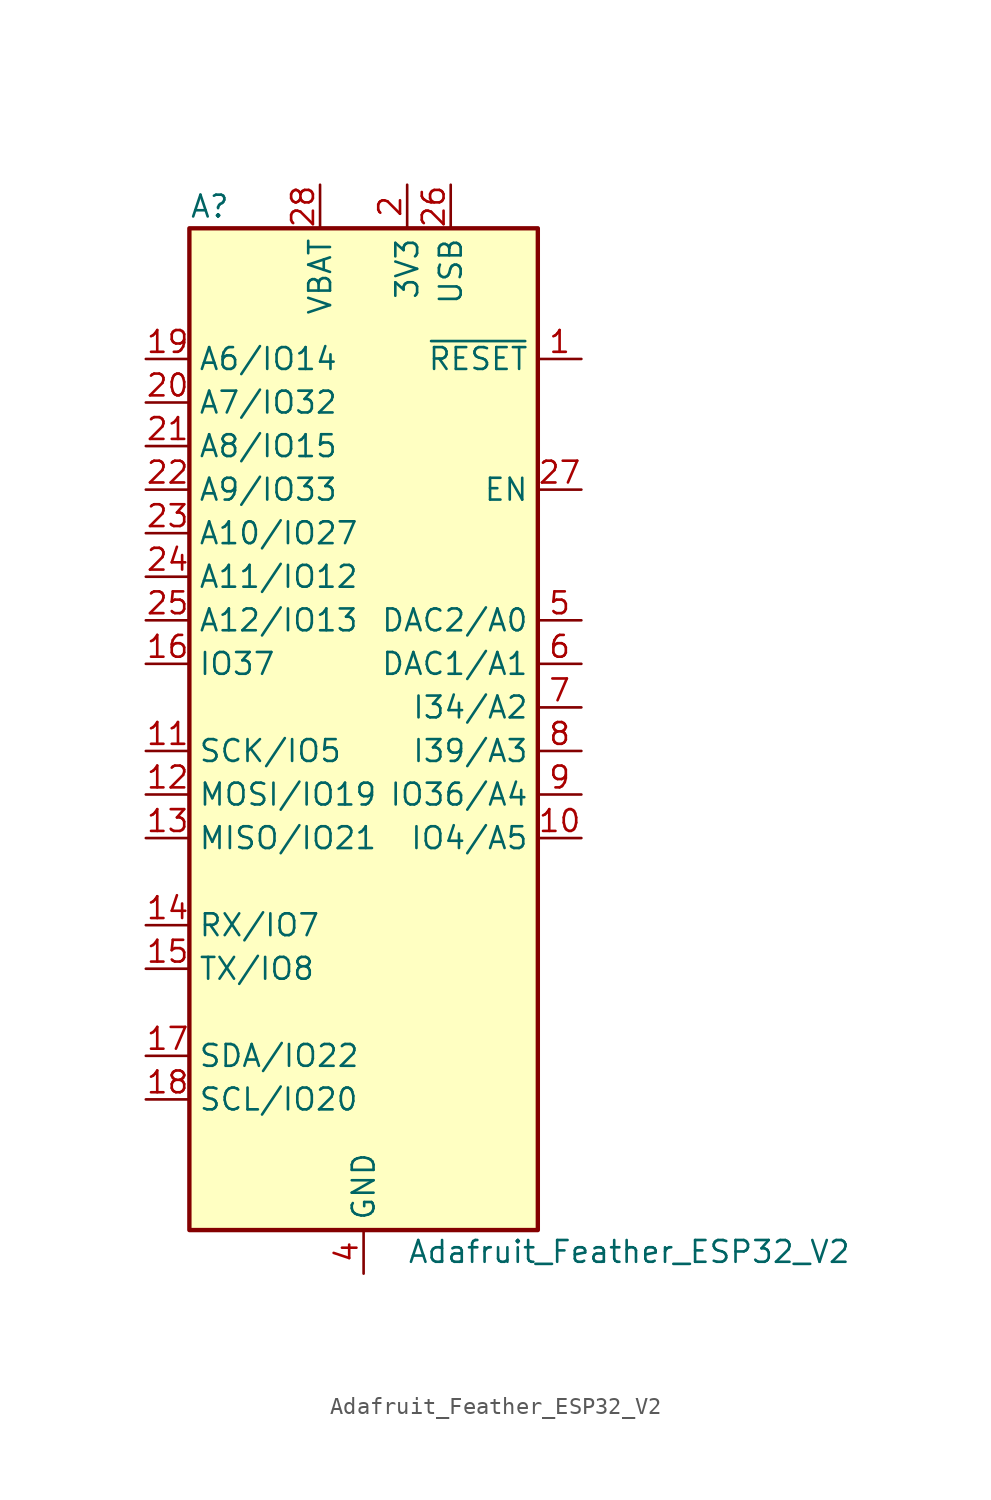
<source format=kicad_sym>
(kicad_symbol_lib
  (version 20211014)
  (generator kicad_symbol_editor)
  (symbol "Adafruit_Feather_ESP32_V2"
    (property "Reference" "A"
      (at -10.16 29.21 0)
      (effects (font (size 1.27 1.27)) (justify left)))
    (property "Value" "Adafruit_Feather_ESP32_V2"
      (at 2.54 -31.75 0)
      (effects (font (size 1.27 1.27)) (justify left)))
    (symbol "Adafruit_Feather_ESP32_V2_0_1"
      (rectangle (start -10.16 27.94) (end 10.16 -30.48) (stroke (width 0.254) (type default) (color 0 0 0 0)) (fill (type background))))
    (symbol "Adafruit_Feather_ESP32_V2_1_1"
      (pin input line (at 12.7 20.32 180) (length 2.54) (name "~{RESET}" (effects (font (size 1.27 1.27)))) (number "1" (effects (font (size 1.27 1.27)))))
      (pin bidirectional line (at 12.7 -7.62 180) (length 2.54) (name "IO4/A5" (effects (font (size 1.27 1.27)))) (number "10" (effects (font (size 1.27 1.27)))))
      (pin bidirectional line (at -12.7 -2.54 0) (length 2.54) (name "SCK/IO5" (effects (font (size 1.27 1.27)))) (number "11" (effects (font (size 1.27 1.27)))))
      (pin bidirectional line (at -12.7 -5.08 0) (length 2.54) (name "MOSI/IO19" (effects (font (size 1.27 1.27)))) (number "12" (effects (font (size 1.27 1.27)))))
      (pin bidirectional line (at -12.7 -7.62 0) (length 2.54) (name "MISO/IO21" (effects (font (size 1.27 1.27)))) (number "13" (effects (font (size 1.27 1.27)))))
      (pin bidirectional line (at -12.7 -12.7 0) (length 2.54) (name "RX/IO7" (effects (font (size 1.27 1.27)))) (number "14" (effects (font (size 1.27 1.27)))))
      (pin bidirectional line (at -12.7 -15.24 0) (length 2.54) (name "TX/IO8" (effects (font (size 1.27 1.27)))) (number "15" (effects (font (size 1.27 1.27)))))
      (pin bidirectional line (at -12.7 2.54 0) (length 2.54) (name "IO37" (effects (font (size 1.27 1.27)))) (number "16" (effects (font (size 1.27 1.27)))))
      (pin bidirectional line (at -12.7 -20.32 0) (length 2.54) (name "SDA/IO22" (effects (font (size 1.27 1.27)))) (number "17" (effects (font (size 1.27 1.27)))))
      (pin bidirectional line (at -12.7 -22.86 0) (length 2.54) (name "SCL/IO20" (effects (font (size 1.27 1.27)))) (number "18" (effects (font (size 1.27 1.27)))))
      (pin bidirectional line (at -12.7 20.32 0) (length 2.54) (name "A6/IO14" (effects (font (size 1.27 1.27)))) (number "19" (effects (font (size 1.27 1.27)))))
      (pin power_in line (at 2.54 30.48 270) (length 2.54) (name "3V3" (effects (font (size 1.27 1.27)))) (number "2" (effects (font (size 1.27 1.27)))))
      (pin bidirectional line (at -12.7 17.78 0) (length 2.54) (name "A7/IO32" (effects (font (size 1.27 1.27)))) (number "20" (effects (font (size 1.27 1.27)))))
      (pin bidirectional line (at -12.7 15.24 0) (length 2.54) (name "A8/IO15" (effects (font (size 1.27 1.27)))) (number "21" (effects (font (size 1.27 1.27)))))
      (pin bidirectional line (at -12.7 12.7 0) (length 2.54) (name "A9/IO33" (effects (font (size 1.27 1.27)))) (number "22" (effects (font (size 1.27 1.27)))))
      (pin bidirectional line (at -12.7 10.16 0) (length 2.54) (name "A10/IO27" (effects (font (size 1.27 1.27)))) (number "23" (effects (font (size 1.27 1.27)))))
      (pin bidirectional line (at -12.7 7.62 0) (length 2.54) (name "A11/IO12" (effects (font (size 1.27 1.27)))) (number "24" (effects (font (size 1.27 1.27)))))
      (pin bidirectional line (at -12.7 5.08 0) (length 2.54) (name "A12/IO13" (effects (font (size 1.27 1.27)))) (number "25" (effects (font (size 1.27 1.27)))))
      (pin power_in line (at 5.08 30.48 270) (length 2.54) (name "USB" (effects (font (size 1.27 1.27)))) (number "26" (effects (font (size 1.27 1.27)))))
      (pin input line (at 12.7 12.7 180) (length 2.54) (name "EN" (effects (font (size 1.27 1.27)))) (number "27" (effects (font (size 1.27 1.27)))))
      (pin power_in line (at -2.54 30.48 270) (length 2.54) (name "VBAT" (effects (font (size 1.27 1.27)))) (number "28" (effects (font (size 1.27 1.27)))))
      (pin no_connect line (at 10.16 10.16 180) (length 2.54) hide (name "NC" (effects (font (size 1.27 1.27)))) (number "3" (effects (font (size 1.27 1.27)))))
      (pin power_in line (at 0 -33.02 90) (length 2.54) (name "GND" (effects (font (size 1.27 1.27)))) (number "4" (effects (font (size 1.27 1.27)))))
      (pin bidirectional line (at 12.7 5.08 180) (length 2.54) (name "DAC2/A0" (effects (font (size 1.27 1.27)))) (number "5" (effects (font (size 1.27 1.27)))))
      (pin bidirectional line (at 12.7 2.54 180) (length 2.54) (name "DAC1/A1" (effects (font (size 1.27 1.27)))) (number "6" (effects (font (size 1.27 1.27)))))
      (pin bidirectional line (at 12.7 0 180) (length 2.54) (name "I34/A2" (effects (font (size 1.27 1.27)))) (number "7" (effects (font (size 1.27 1.27)))))
      (pin bidirectional line (at 12.7 -2.54 180) (length 2.54) (name "I39/A3" (effects (font (size 1.27 1.27)))) (number "8" (effects (font (size 1.27 1.27)))))
      (pin bidirectional line (at 12.7 -5.08 180) (length 2.54) (name "IO36/A4" (effects (font (size 1.27 1.27)))) (number "9" (effects (font (size 1.27 1.27))))))))
</source>
